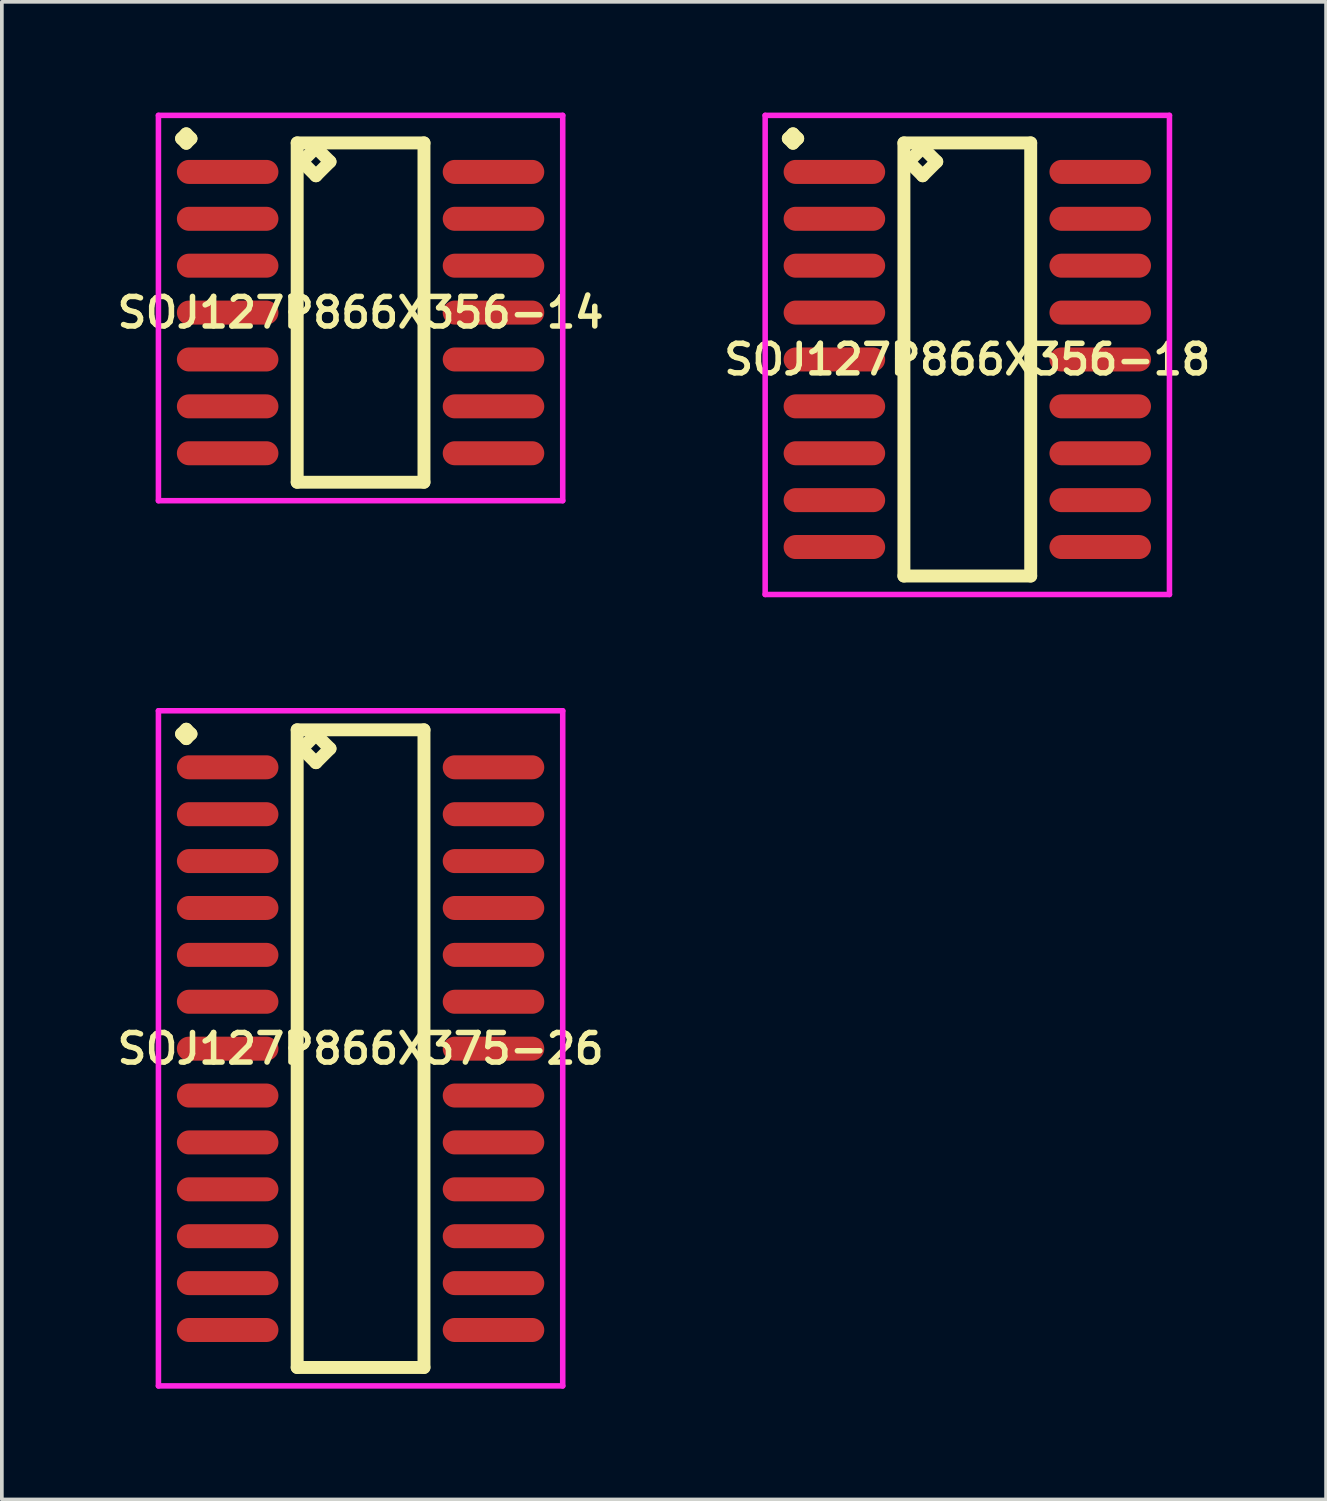
<source format=kicad_pcb>
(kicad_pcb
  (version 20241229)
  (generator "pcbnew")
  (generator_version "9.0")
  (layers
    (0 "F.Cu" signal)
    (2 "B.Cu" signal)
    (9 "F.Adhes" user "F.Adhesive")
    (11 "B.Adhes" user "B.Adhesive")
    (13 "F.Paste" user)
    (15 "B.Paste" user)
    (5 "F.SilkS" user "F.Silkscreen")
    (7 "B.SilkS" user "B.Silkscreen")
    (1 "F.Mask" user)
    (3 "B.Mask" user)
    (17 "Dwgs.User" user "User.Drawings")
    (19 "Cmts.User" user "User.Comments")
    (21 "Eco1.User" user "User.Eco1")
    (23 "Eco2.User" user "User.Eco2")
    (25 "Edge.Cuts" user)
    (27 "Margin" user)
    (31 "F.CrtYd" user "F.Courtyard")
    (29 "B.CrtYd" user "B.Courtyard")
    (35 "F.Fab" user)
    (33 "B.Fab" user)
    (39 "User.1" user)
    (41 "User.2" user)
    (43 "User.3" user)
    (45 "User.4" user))
  (footprint "SOJ127P866X356-18"
    (layer "F.Cu")
    (at 23.149 6.686)
    (property "Reference" "SOJ127P866X356-18" (at 0 0 0) (layer "F.SilkS") (effects (font (size 0.8 0.8) (thickness 0.15))))
    (attr smd)
    (fp_line (start -4.848 -5.984) (end -4.721 -6.111) (stroke (width 0.35) (type solid)) (layer "F.SilkS"))
    (fp_line (start -4.721 -6.111) (end -4.594 -5.984) (stroke (width 0.35) (type solid)) (layer "F.SilkS"))
    (fp_line (start -4.721 -5.857) (end -4.848 -5.984) (stroke (width 0.35) (type solid)) (layer "F.SilkS"))
    (fp_line (start -4.594 -5.984) (end -4.721 -5.857) (stroke (width 0.35) (type solid)) (layer "F.SilkS"))
    (fp_line (start -1.717 -5.865) (end -1.717 5.865) (stroke (width 0.35) (type solid)) (layer "F.SilkS"))
    (fp_line (start -1.717 5.865) (end 1.717 5.865) (stroke (width 0.35) (type solid)) (layer "F.SilkS"))
    (fp_line (start -1.59 -5.357) (end -1.209 -5.738) (stroke (width 0.35) (type solid)) (layer "F.SilkS"))
    (fp_line (start -1.209 -5.738) (end -0.828 -5.357) (stroke (width 0.35) (type solid)) (layer "F.SilkS"))
    (fp_line (start -1.209 -4.976) (end -1.59 -5.357) (stroke (width 0.35) (type solid)) (layer "F.SilkS"))
    (fp_line (start -0.828 -5.357) (end -1.209 -4.976) (stroke (width 0.35) (type solid)) (layer "F.SilkS"))
    (fp_line (start 1.717 -5.865) (end -1.717 -5.865) (stroke (width 0.35) (type solid)) (layer "F.SilkS"))
    (fp_line (start 1.717 5.865) (end 1.717 -5.865) (stroke (width 0.35) (type solid)) (layer "F.SilkS"))
    (fp_line (start -5.475 -6.611) (end 5.475 -6.611) (stroke (width 0.15) (type solid)) (layer "F.CrtYd"))
    (fp_line (start -5.475 6.365) (end -5.475 -6.611) (stroke (width 0.15) (type solid)) (layer "F.CrtYd"))
    (fp_line (start 5.475 -6.611) (end 5.475 6.365) (stroke (width 0.15) (type solid)) (layer "F.CrtYd"))
    (fp_line (start 5.475 6.365) (end -5.475 6.365) (stroke (width 0.15) (type solid)) (layer "F.CrtYd"))
    (pad "1" smd oval (at -3.6 -5.08) (size 2.75 0.65) (layers "F.Cu" "F.Mask" "F.Paste"))
    (pad "2" smd oval (at -3.6 -3.81) (size 2.75 0.65) (layers "F.Cu" "F.Mask" "F.Paste"))
    (pad "3" smd oval (at -3.6 -2.54) (size 2.75 0.65) (layers "F.Cu" "F.Mask" "F.Paste"))
    (pad "4" smd oval (at -3.6 -1.27) (size 2.75 0.65) (layers "F.Cu" "F.Mask" "F.Paste"))
    (pad "5" smd oval (at -3.6 0) (size 2.75 0.65) (layers "F.Cu" "F.Mask" "F.Paste"))
    (pad "6" smd oval (at -3.6 1.27) (size 2.75 0.65) (layers "F.Cu" "F.Mask" "F.Paste"))
    (pad "7" smd oval (at -3.6 2.54) (size 2.75 0.65) (layers "F.Cu" "F.Mask" "F.Paste"))
    (pad "8" smd oval (at -3.6 3.81) (size 2.75 0.65) (layers "F.Cu" "F.Mask" "F.Paste"))
    (pad "9" smd oval (at -3.6 5.08) (size 2.75 0.65) (layers "F.Cu" "F.Mask" "F.Paste"))
    (pad "10" smd oval (at 3.6 5.08) (size 2.75 0.65) (layers "F.Cu" "F.Mask" "F.Paste"))
    (pad "11" smd oval (at 3.6 3.81) (size 2.75 0.65) (layers "F.Cu" "F.Mask" "F.Paste"))
    (pad "12" smd oval (at 3.6 2.54) (size 2.75 0.65) (layers "F.Cu" "F.Mask" "F.Paste"))
    (pad "13" smd oval (at 3.6 1.27) (size 2.75 0.65) (layers "F.Cu" "F.Mask" "F.Paste"))
    (pad "14" smd oval (at 3.6 0) (size 2.75 0.65) (layers "F.Cu" "F.Mask" "F.Paste"))
    (pad "15" smd oval (at 3.6 -1.27) (size 2.75 0.65) (layers "F.Cu" "F.Mask" "F.Paste"))
    (pad "16" smd oval (at 3.6 -2.54) (size 2.75 0.65) (layers "F.Cu" "F.Mask" "F.Paste"))
    (pad "17" smd oval (at 3.6 -3.81) (size 2.75 0.65) (layers "F.Cu" "F.Mask" "F.Paste"))
    (pad "18" smd oval (at 3.6 -5.08) (size 2.75 0.65) (layers "F.Cu" "F.Mask" "F.Paste")))
  (footprint "SOJ127P866X375-26"
    (layer "F.Cu")
    (at 6.716 25.352)
    (property "Reference" "SOJ127P866X375-26" (at 0 0 0) (layer "F.SilkS") (effects (font (size 0.8 0.8) (thickness 0.15))))
    (attr smd)
    (fp_line (start -4.848 -8.524) (end -4.721 -8.651) (stroke (width 0.35) (type solid)) (layer "F.SilkS"))
    (fp_line (start -4.721 -8.651) (end -4.594 -8.524) (stroke (width 0.35) (type solid)) (layer "F.SilkS"))
    (fp_line (start -4.721 -8.397) (end -4.848 -8.524) (stroke (width 0.35) (type solid)) (layer "F.SilkS"))
    (fp_line (start -4.594 -8.524) (end -4.721 -8.397) (stroke (width 0.35) (type solid)) (layer "F.SilkS"))
    (fp_line (start -1.717 -8.635) (end -1.717 8.635) (stroke (width 0.35) (type solid)) (layer "F.SilkS"))
    (fp_line (start -1.717 8.635) (end 1.717 8.635) (stroke (width 0.35) (type solid)) (layer "F.SilkS"))
    (fp_line (start -1.59 -8.127) (end -1.209 -8.508) (stroke (width 0.35) (type solid)) (layer "F.SilkS"))
    (fp_line (start -1.209 -8.508) (end -0.828 -8.127) (stroke (width 0.35) (type solid)) (layer "F.SilkS"))
    (fp_line (start -1.209 -7.746) (end -1.59 -8.127) (stroke (width 0.35) (type solid)) (layer "F.SilkS"))
    (fp_line (start -0.828 -8.127) (end -1.209 -7.746) (stroke (width 0.35) (type solid)) (layer "F.SilkS"))
    (fp_line (start 1.717 -8.635) (end -1.717 -8.635) (stroke (width 0.35) (type solid)) (layer "F.SilkS"))
    (fp_line (start 1.717 8.635) (end 1.717 -8.635) (stroke (width 0.35) (type solid)) (layer "F.SilkS"))
    (fp_line (start -5.475 -9.151) (end 5.475 -9.151) (stroke (width 0.15) (type solid)) (layer "F.CrtYd"))
    (fp_line (start -5.475 9.135) (end -5.475 -9.151) (stroke (width 0.15) (type solid)) (layer "F.CrtYd"))
    (fp_line (start 5.475 -9.151) (end 5.475 9.135) (stroke (width 0.15) (type solid)) (layer "F.CrtYd"))
    (fp_line (start 5.475 9.135) (end -5.475 9.135) (stroke (width 0.15) (type solid)) (layer "F.CrtYd"))
    (pad "1" smd oval (at -3.6 -7.62) (size 2.75 0.65) (layers "F.Cu" "F.Mask" "F.Paste"))
    (pad "2" smd oval (at -3.6 -6.35) (size 2.75 0.65) (layers "F.Cu" "F.Mask" "F.Paste"))
    (pad "3" smd oval (at -3.6 -5.08) (size 2.75 0.65) (layers "F.Cu" "F.Mask" "F.Paste"))
    (pad "4" smd oval (at -3.6 -3.81) (size 2.75 0.65) (layers "F.Cu" "F.Mask" "F.Paste"))
    (pad "5" smd oval (at -3.6 -2.54) (size 2.75 0.65) (layers "F.Cu" "F.Mask" "F.Paste"))
    (pad "6" smd oval (at -3.6 -1.27) (size 2.75 0.65) (layers "F.Cu" "F.Mask" "F.Paste"))
    (pad "7" smd oval (at -3.6 0) (size 2.75 0.65) (layers "F.Cu" "F.Mask" "F.Paste"))
    (pad "8" smd oval (at -3.6 1.27) (size 2.75 0.65) (layers "F.Cu" "F.Mask" "F.Paste"))
    (pad "9" smd oval (at -3.6 2.54) (size 2.75 0.65) (layers "F.Cu" "F.Mask" "F.Paste"))
    (pad "10" smd oval (at -3.6 3.81) (size 2.75 0.65) (layers "F.Cu" "F.Mask" "F.Paste"))
    (pad "11" smd oval (at -3.6 5.08) (size 2.75 0.65) (layers "F.Cu" "F.Mask" "F.Paste"))
    (pad "12" smd oval (at -3.6 6.35) (size 2.75 0.65) (layers "F.Cu" "F.Mask" "F.Paste"))
    (pad "13" smd oval (at -3.6 7.62) (size 2.75 0.65) (layers "F.Cu" "F.Mask" "F.Paste"))
    (pad "14" smd oval (at 3.6 7.62) (size 2.75 0.65) (layers "F.Cu" "F.Mask" "F.Paste"))
    (pad "15" smd oval (at 3.6 6.35) (size 2.75 0.65) (layers "F.Cu" "F.Mask" "F.Paste"))
    (pad "16" smd oval (at 3.6 5.08) (size 2.75 0.65) (layers "F.Cu" "F.Mask" "F.Paste"))
    (pad "17" smd oval (at 3.6 3.81) (size 2.75 0.65) (layers "F.Cu" "F.Mask" "F.Paste"))
    (pad "18" smd oval (at 3.6 2.54) (size 2.75 0.65) (layers "F.Cu" "F.Mask" "F.Paste"))
    (pad "19" smd oval (at 3.6 1.27) (size 2.75 0.65) (layers "F.Cu" "F.Mask" "F.Paste"))
    (pad "20" smd oval (at 3.6 0) (size 2.75 0.65) (layers "F.Cu" "F.Mask" "F.Paste"))
    (pad "21" smd oval (at 3.6 -1.27) (size 2.75 0.65) (layers "F.Cu" "F.Mask" "F.Paste"))
    (pad "22" smd oval (at 3.6 -2.54) (size 2.75 0.65) (layers "F.Cu" "F.Mask" "F.Paste"))
    (pad "23" smd oval (at 3.6 -3.81) (size 2.75 0.65) (layers "F.Cu" "F.Mask" "F.Paste"))
    (pad "24" smd oval (at 3.6 -5.08) (size 2.75 0.65) (layers "F.Cu" "F.Mask" "F.Paste"))
    (pad "25" smd oval (at 3.6 -6.35) (size 2.75 0.65) (layers "F.Cu" "F.Mask" "F.Paste"))
    (pad "26" smd oval (at 3.6 -7.62) (size 2.75 0.65) (layers "F.Cu" "F.Mask" "F.Paste")))
  (footprint "SOJ127P866X356-14"
    (layer "F.Cu")
    (at 6.716 5.416)
    (property "Reference" "SOJ127P866X356-14" (at 0 0 0) (layer "F.SilkS") (effects (font (size 0.8 0.8) (thickness 0.15))))
    (attr smd)
    (fp_line (start -4.848 -4.714) (end -4.721 -4.841) (stroke (width 0.35) (type solid)) (layer "F.SilkS"))
    (fp_line (start -4.721 -4.841) (end -4.594 -4.714) (stroke (width 0.35) (type solid)) (layer "F.SilkS"))
    (fp_line (start -4.721 -4.587) (end -4.848 -4.714) (stroke (width 0.35) (type solid)) (layer "F.SilkS"))
    (fp_line (start -4.594 -4.714) (end -4.721 -4.587) (stroke (width 0.35) (type solid)) (layer "F.SilkS"))
    (fp_line (start -1.717 -4.595) (end -1.717 4.595) (stroke (width 0.35) (type solid)) (layer "F.SilkS"))
    (fp_line (start -1.717 4.595) (end 1.717 4.595) (stroke (width 0.35) (type solid)) (layer "F.SilkS"))
    (fp_line (start -1.59 -4.087) (end -1.209 -4.468) (stroke (width 0.35) (type solid)) (layer "F.SilkS"))
    (fp_line (start -1.209 -4.468) (end -0.828 -4.087) (stroke (width 0.35) (type solid)) (layer "F.SilkS"))
    (fp_line (start -1.209 -3.706) (end -1.59 -4.087) (stroke (width 0.35) (type solid)) (layer "F.SilkS"))
    (fp_line (start -0.828 -4.087) (end -1.209 -3.706) (stroke (width 0.35) (type solid)) (layer "F.SilkS"))
    (fp_line (start 1.717 -4.595) (end -1.717 -4.595) (stroke (width 0.35) (type solid)) (layer "F.SilkS"))
    (fp_line (start 1.717 4.595) (end 1.717 -4.595) (stroke (width 0.35) (type solid)) (layer "F.SilkS"))
    (fp_line (start -5.475 -5.341) (end 5.475 -5.341) (stroke (width 0.15) (type solid)) (layer "F.CrtYd"))
    (fp_line (start -5.475 5.095) (end -5.475 -5.341) (stroke (width 0.15) (type solid)) (layer "F.CrtYd"))
    (fp_line (start 5.475 -5.341) (end 5.475 5.095) (stroke (width 0.15) (type solid)) (layer "F.CrtYd"))
    (fp_line (start 5.475 5.095) (end -5.475 5.095) (stroke (width 0.15) (type solid)) (layer "F.CrtYd"))
    (pad "1" smd oval (at -3.6 -3.81) (size 2.75 0.65) (layers "F.Cu" "F.Mask" "F.Paste"))
    (pad "2" smd oval (at -3.6 -2.54) (size 2.75 0.65) (layers "F.Cu" "F.Mask" "F.Paste"))
    (pad "3" smd oval (at -3.6 -1.27) (size 2.75 0.65) (layers "F.Cu" "F.Mask" "F.Paste"))
    (pad "4" smd oval (at -3.6 0) (size 2.75 0.65) (layers "F.Cu" "F.Mask" "F.Paste"))
    (pad "5" smd oval (at -3.6 1.27) (size 2.75 0.65) (layers "F.Cu" "F.Mask" "F.Paste"))
    (pad "6" smd oval (at -3.6 2.54) (size 2.75 0.65) (layers "F.Cu" "F.Mask" "F.Paste"))
    (pad "7" smd oval (at -3.6 3.81) (size 2.75 0.65) (layers "F.Cu" "F.Mask" "F.Paste"))
    (pad "8" smd oval (at 3.6 3.81) (size 2.75 0.65) (layers "F.Cu" "F.Mask" "F.Paste"))
    (pad "9" smd oval (at 3.6 2.54) (size 2.75 0.65) (layers "F.Cu" "F.Mask" "F.Paste"))
    (pad "10" smd oval (at 3.6 1.27) (size 2.75 0.65) (layers "F.Cu" "F.Mask" "F.Paste"))
    (pad "11" smd oval (at 3.6 0) (size 2.75 0.65) (layers "F.Cu" "F.Mask" "F.Paste"))
    (pad "12" smd oval (at 3.6 -1.27) (size 2.75 0.65) (layers "F.Cu" "F.Mask" "F.Paste"))
    (pad "13" smd oval (at 3.6 -2.54) (size 2.75 0.65) (layers "F.Cu" "F.Mask" "F.Paste"))
    (pad "14" smd oval (at 3.6 -3.81) (size 2.75 0.65) (layers "F.Cu" "F.Mask" "F.Paste")))
  (gr_rect
    (start -3 -3)
    (end 32.866 37.562)
    (stroke (width 0.1) (type default))
    (fill no)
    (layer "Edge.Cuts")))
</source>
